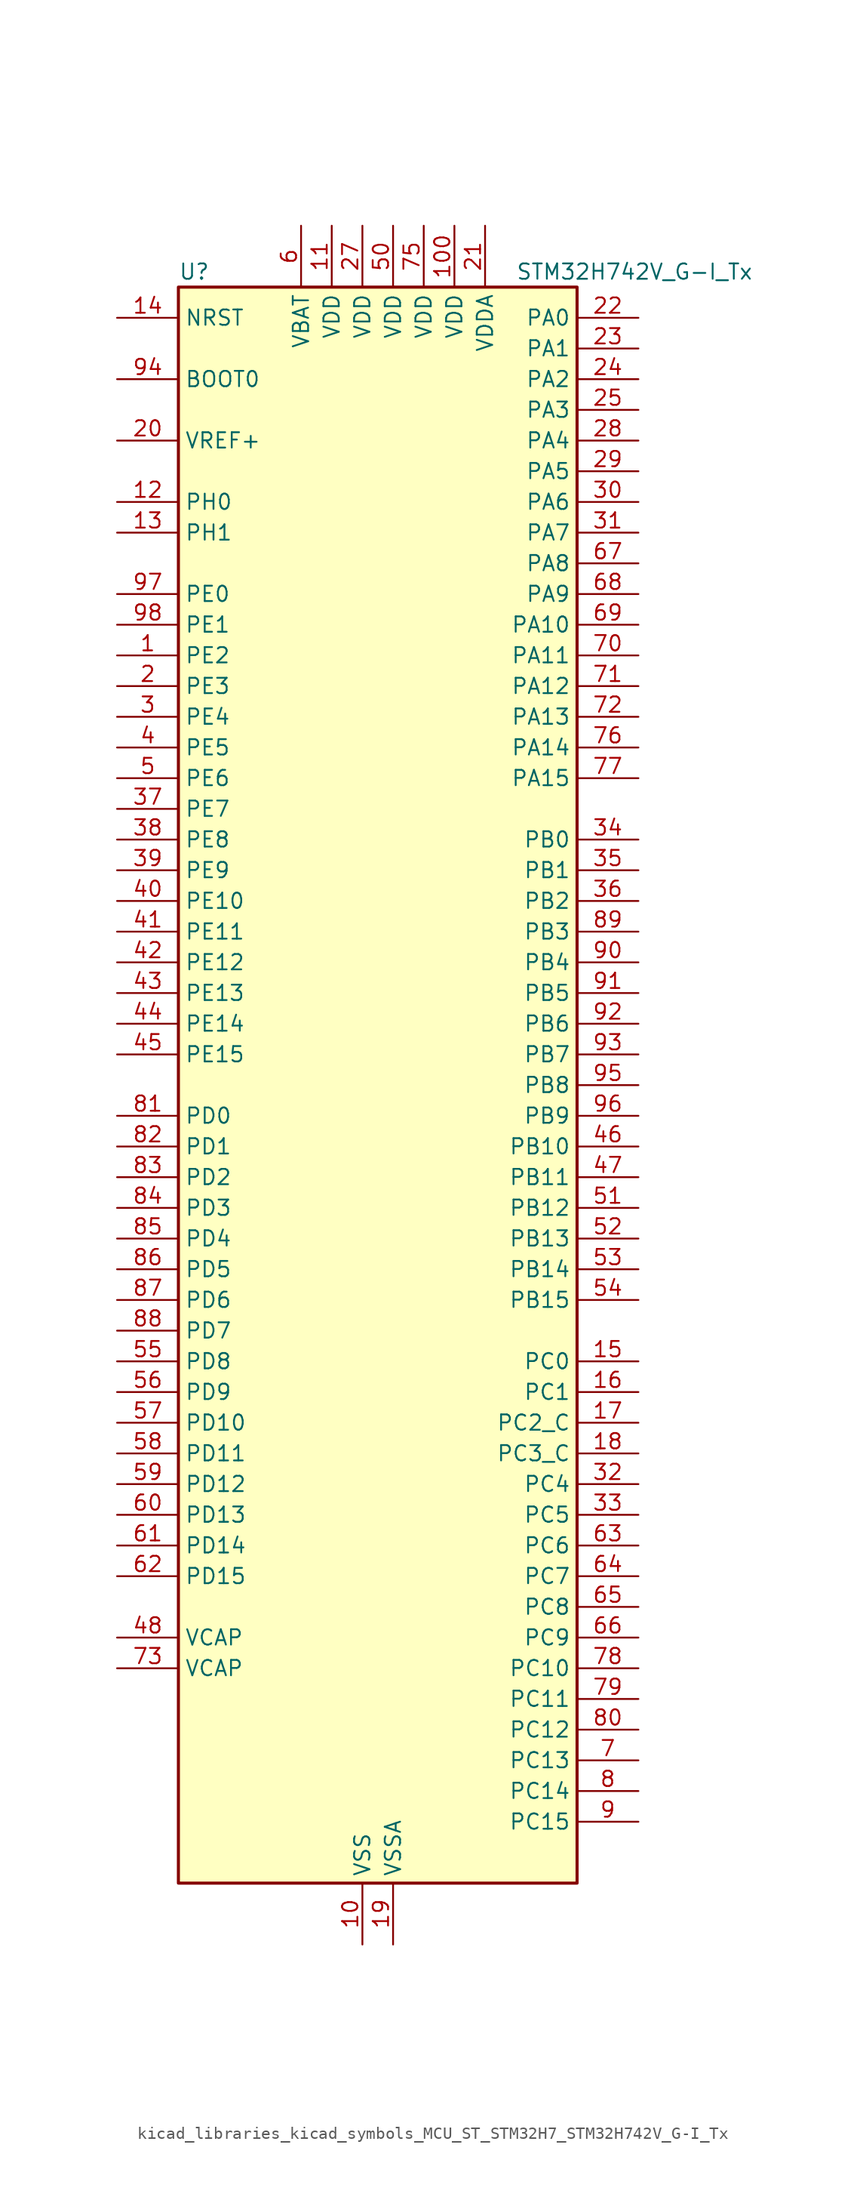
<source format=kicad_sym>
(kicad_symbol_lib
  (version 20220914)
  (generator kicad_symbol_editor)
  (symbol "kicad_libraries_kicad_symbols_MCU_ST_STM32H7_STM32H742V_G-I_Tx"
    (property "Reference" "U"
      (at -15.24 67.31 0)
      (effects (font (size 1.27 1.27)) (justify left)))
    (property "Value" "STM32H742V_G-I_Tx"
      (at 12.7 67.31 0)
      (effects (font (size 1.27 1.27)) (justify left)))
    (property "ki_locked" ""
      (at 0 0 0)
      (effects (font (size 1.27 1.27))))
    (symbol "kicad_libraries_kicad_symbols_MCU_ST_STM32H7_STM32H742V_G-I_Tx_0_1"
      (rectangle (start -15.24 -66.04) (end 17.78 66.04) (stroke (width 0.254) (type default)) (fill (type background))))
    (symbol "kicad_libraries_kicad_symbols_MCU_ST_STM32H7_STM32H742V_G-I_Tx_1_1"
      (pin bidirectional line (at -20.32 35.56 0) (length 5.08) (name "PE2" (effects (font (size 1.27 1.27)))) (number "1" (effects (font (size 1.27 1.27)))) (alternate "DEBUG_TRACECLK" bidirectional line) (alternate "ETH_TXD3" bidirectional line) (alternate "FMC_A23" bidirectional line) (alternate "QUADSPI_BK1_IO2" bidirectional line) (alternate "SAI1_CK1" bidirectional line) (alternate "SAI1_MCLK_A" bidirectional line) (alternate "SAI4_CK1" bidirectional line) (alternate "SAI4_MCLK_A" bidirectional line) (alternate "SPI4_SCK" bidirectional line))
      (pin power_in line (at 0 -71.12 90) (length 5.08) (name "VSS" (effects (font (size 1.27 1.27)))) (number "10" (effects (font (size 1.27 1.27)))))
      (pin power_in line (at 7.62 71.12 270) (length 5.08) (name "VDD" (effects (font (size 1.27 1.27)))) (number "100" (effects (font (size 1.27 1.27)))))
      (pin power_in line (at -2.54 71.12 270) (length 5.08) (name "VDD" (effects (font (size 1.27 1.27)))) (number "11" (effects (font (size 1.27 1.27)))))
      (pin bidirectional line (at -20.32 48.26 0) (length 5.08) (name "PH0" (effects (font (size 1.27 1.27)))) (number "12" (effects (font (size 1.27 1.27)))) (alternate "RCC_OSC_IN" bidirectional line))
      (pin bidirectional line (at -20.32 45.72 0) (length 5.08) (name "PH1" (effects (font (size 1.27 1.27)))) (number "13" (effects (font (size 1.27 1.27)))) (alternate "RCC_OSC_OUT" bidirectional line))
      (pin input line (at -20.32 63.5 0) (length 5.08) (name "NRST" (effects (font (size 1.27 1.27)))) (number "14" (effects (font (size 1.27 1.27)))))
      (pin bidirectional line (at 22.86 -22.86 180) (length 5.08) (name "PC0" (effects (font (size 1.27 1.27)))) (number "15" (effects (font (size 1.27 1.27)))) (alternate "ADC1_INP10" bidirectional line) (alternate "ADC2_INP10" bidirectional line) (alternate "ADC3_INP10" bidirectional line) (alternate "DFSDM1_CKIN0" bidirectional line) (alternate "DFSDM1_DATIN4" bidirectional line) (alternate "FMC_SDNWE" bidirectional line) (alternate "SAI2_FS_B" bidirectional line) (alternate "USB_OTG_HS_ULPI_STP" bidirectional line))
      (pin bidirectional line (at 22.86 -25.4 180) (length 5.08) (name "PC1" (effects (font (size 1.27 1.27)))) (number "16" (effects (font (size 1.27 1.27)))) (alternate "ADC1_INN10" bidirectional line) (alternate "ADC1_INP11" bidirectional line) (alternate "ADC2_INN10" bidirectional line) (alternate "ADC2_INP11" bidirectional line) (alternate "ADC3_INN10" bidirectional line) (alternate "ADC3_INP11" bidirectional line) (alternate "DEBUG_TRACED0" bidirectional line) (alternate "DFSDM1_CKIN4" bidirectional line) (alternate "DFSDM1_DATIN0" bidirectional line) (alternate "ETH_MDC" bidirectional line) (alternate "I2S2_SDO" bidirectional line) (alternate "MDIOS_MDC" bidirectional line) (alternate "PWR_WKUP5" bidirectional line) (alternate "RTC_TAMP3" bidirectional line) (alternate "SAI1_D1" bidirectional line) (alternate "SAI1_SD_A" bidirectional line) (alternate "SAI4_D1" bidirectional line) (alternate "SAI4_SD_A" bidirectional line) (alternate "SDMMC2_CK" bidirectional line) (alternate "SPI2_MOSI" bidirectional line))
      (pin bidirectional line (at 22.86 -27.94 180) (length 5.08) (name "PC2_C" (effects (font (size 1.27 1.27)))) (number "17" (effects (font (size 1.27 1.27)))) (alternate "ADC3_INN1" bidirectional line) (alternate "ADC3_INP0" bidirectional line) (alternate "DFSDM1_CKIN1" bidirectional line) (alternate "DFSDM1_CKOUT" bidirectional line) (alternate "ETH_TXD2" bidirectional line) (alternate "FMC_SDNE0" bidirectional line) (alternate "I2S2_SDI" bidirectional line) (alternate "PWR_CSTOP" bidirectional line) (alternate "SPI2_MISO" bidirectional line) (alternate "USB_OTG_HS_ULPI_DIR" bidirectional line))
      (pin bidirectional line (at 22.86 -30.48 180) (length 5.08) (name "PC3_C" (effects (font (size 1.27 1.27)))) (number "18" (effects (font (size 1.27 1.27)))) (alternate "ADC3_INP1" bidirectional line) (alternate "DFSDM1_DATIN1" bidirectional line) (alternate "ETH_TX_CLK" bidirectional line) (alternate "FMC_SDCKE0" bidirectional line) (alternate "I2S2_SDO" bidirectional line) (alternate "PWR_CSLEEP" bidirectional line) (alternate "SPI2_MOSI" bidirectional line) (alternate "USB_OTG_HS_ULPI_NXT" bidirectional line))
      (pin power_in line (at 2.54 -71.12 90) (length 5.08) (name "VSSA" (effects (font (size 1.27 1.27)))) (number "19" (effects (font (size 1.27 1.27)))))
      (pin bidirectional line (at -20.32 33.02 0) (length 5.08) (name "PE3" (effects (font (size 1.27 1.27)))) (number "2" (effects (font (size 1.27 1.27)))) (alternate "DEBUG_TRACED0" bidirectional line) (alternate "FMC_A19" bidirectional line) (alternate "SAI1_SD_B" bidirectional line) (alternate "SAI4_SD_B" bidirectional line) (alternate "TIM15_BKIN" bidirectional line))
      (pin input line (at -20.32 53.34 0) (length 5.08) (name "VREF+" (effects (font (size 1.27 1.27)))) (number "20" (effects (font (size 1.27 1.27)))) (alternate "VREFBUF_OUT" bidirectional line))
      (pin power_in line (at 10.16 71.12 270) (length 5.08) (name "VDDA" (effects (font (size 1.27 1.27)))) (number "21" (effects (font (size 1.27 1.27)))))
      (pin bidirectional line (at 22.86 63.5 180) (length 5.08) (name "PA0" (effects (font (size 1.27 1.27)))) (number "22" (effects (font (size 1.27 1.27)))) (alternate "ADC1_INP16" bidirectional line) (alternate "ETH_CRS" bidirectional line) (alternate "PWR_WKUP0" bidirectional line) (alternate "SAI2_SD_B" bidirectional line) (alternate "SDMMC2_CMD" bidirectional line) (alternate "TIM15_BKIN" bidirectional line) (alternate "TIM2_CH1" bidirectional line) (alternate "TIM2_ETR" bidirectional line) (alternate "TIM5_CH1" bidirectional line) (alternate "TIM8_ETR" bidirectional line) (alternate "UART4_TX" bidirectional line) (alternate "USART2_CTS" bidirectional line) (alternate "USART2_NSS" bidirectional line))
      (pin bidirectional line (at 22.86 60.96 180) (length 5.08) (name "PA1" (effects (font (size 1.27 1.27)))) (number "23" (effects (font (size 1.27 1.27)))) (alternate "ADC1_INN16" bidirectional line) (alternate "ADC1_INP17" bidirectional line) (alternate "ETH_REF_CLK" bidirectional line) (alternate "ETH_RX_CLK" bidirectional line) (alternate "LPTIM3_OUT" bidirectional line) (alternate "QUADSPI_BK1_IO3" bidirectional line) (alternate "SAI2_MCLK_B" bidirectional line) (alternate "TIM15_CH1N" bidirectional line) (alternate "TIM2_CH2" bidirectional line) (alternate "TIM5_CH2" bidirectional line) (alternate "UART4_RX" bidirectional line) (alternate "USART2_DE" bidirectional line) (alternate "USART2_RTS" bidirectional line))
      (pin bidirectional line (at 22.86 58.42 180) (length 5.08) (name "PA2" (effects (font (size 1.27 1.27)))) (number "24" (effects (font (size 1.27 1.27)))) (alternate "ADC1_INP14" bidirectional line) (alternate "ADC2_INP14" bidirectional line) (alternate "ETH_MDIO" bidirectional line) (alternate "LPTIM4_OUT" bidirectional line) (alternate "MDIOS_MDIO" bidirectional line) (alternate "PWR_WKUP1" bidirectional line) (alternate "SAI2_SCK_B" bidirectional line) (alternate "TIM15_CH1" bidirectional line) (alternate "TIM2_CH3" bidirectional line) (alternate "TIM5_CH3" bidirectional line) (alternate "USART2_TX" bidirectional line))
      (pin bidirectional line (at 22.86 55.88 180) (length 5.08) (name "PA3" (effects (font (size 1.27 1.27)))) (number "25" (effects (font (size 1.27 1.27)))) (alternate "ADC1_INP15" bidirectional line) (alternate "ADC2_INP15" bidirectional line) (alternate "ETH_COL" bidirectional line) (alternate "LPTIM5_OUT" bidirectional line) (alternate "TIM15_CH2" bidirectional line) (alternate "TIM2_CH4" bidirectional line) (alternate "TIM5_CH4" bidirectional line) (alternate "USART2_RX" bidirectional line) (alternate "USB_OTG_HS_ULPI_D0" bidirectional line))
      (pin passive line (at 0 -71.12 90) (length 5.08) hide (name "VSS" (effects (font (size 1.27 1.27)))) (number "26" (effects (font (size 1.27 1.27)))))
      (pin power_in line (at 0 71.12 270) (length 5.08) (name "VDD" (effects (font (size 1.27 1.27)))) (number "27" (effects (font (size 1.27 1.27)))))
      (pin bidirectional line (at 22.86 53.34 180) (length 5.08) (name "PA4" (effects (font (size 1.27 1.27)))) (number "28" (effects (font (size 1.27 1.27)))) (alternate "ADC1_INP18" bidirectional line) (alternate "ADC2_INP18" bidirectional line) (alternate "DAC1_OUT1" bidirectional line) (alternate "DCMI_HSYNC" bidirectional line) (alternate "I2S1_WS" bidirectional line) (alternate "I2S3_WS" bidirectional line) (alternate "SPI1_NSS" bidirectional line) (alternate "SPI3_NSS" bidirectional line) (alternate "SPI6_NSS" bidirectional line) (alternate "TIM5_ETR" bidirectional line) (alternate "USART2_CK" bidirectional line) (alternate "USB_OTG_HS_SOF" bidirectional line))
      (pin bidirectional line (at 22.86 50.8 180) (length 5.08) (name "PA5" (effects (font (size 1.27 1.27)))) (number "29" (effects (font (size 1.27 1.27)))) (alternate "ADC1_INN18" bidirectional line) (alternate "ADC1_INP19" bidirectional line) (alternate "ADC2_INN18" bidirectional line) (alternate "ADC2_INP19" bidirectional line) (alternate "DAC1_OUT2" bidirectional line) (alternate "I2S1_CK" bidirectional line) (alternate "PWR_NDSTOP2" bidirectional line) (alternate "SPI1_SCK" bidirectional line) (alternate "SPI6_SCK" bidirectional line) (alternate "TIM2_CH1" bidirectional line) (alternate "TIM2_ETR" bidirectional line) (alternate "TIM8_CH1N" bidirectional line) (alternate "USB_OTG_HS_ULPI_CK" bidirectional line))
      (pin bidirectional line (at -20.32 30.48 0) (length 5.08) (name "PE4" (effects (font (size 1.27 1.27)))) (number "3" (effects (font (size 1.27 1.27)))) (alternate "DCMI_D4" bidirectional line) (alternate "DEBUG_TRACED1" bidirectional line) (alternate "DFSDM1_DATIN3" bidirectional line) (alternate "FMC_A20" bidirectional line) (alternate "SAI1_D2" bidirectional line) (alternate "SAI1_FS_A" bidirectional line) (alternate "SAI4_D2" bidirectional line) (alternate "SAI4_FS_A" bidirectional line) (alternate "SPI4_NSS" bidirectional line) (alternate "TIM15_CH1N" bidirectional line))
      (pin bidirectional line (at 22.86 48.26 180) (length 5.08) (name "PA6" (effects (font (size 1.27 1.27)))) (number "30" (effects (font (size 1.27 1.27)))) (alternate "ADC1_INP3" bidirectional line) (alternate "ADC2_INP3" bidirectional line) (alternate "DCMI_PIXCLK" bidirectional line) (alternate "I2S1_SDI" bidirectional line) (alternate "MDIOS_MDC" bidirectional line) (alternate "SPI1_MISO" bidirectional line) (alternate "SPI6_MISO" bidirectional line) (alternate "TIM13_CH1" bidirectional line) (alternate "TIM1_BKIN" bidirectional line) (alternate "TIM1_BKIN_COMP1" bidirectional line) (alternate "TIM1_BKIN_COMP2" bidirectional line) (alternate "TIM3_CH1" bidirectional line) (alternate "TIM8_BKIN" bidirectional line) (alternate "TIM8_BKIN_COMP1" bidirectional line) (alternate "TIM8_BKIN_COMP2" bidirectional line))
      (pin bidirectional line (at 22.86 45.72 180) (length 5.08) (name "PA7" (effects (font (size 1.27 1.27)))) (number "31" (effects (font (size 1.27 1.27)))) (alternate "ADC1_INN3" bidirectional line) (alternate "ADC1_INP7" bidirectional line) (alternate "ADC2_INN3" bidirectional line) (alternate "ADC2_INP7" bidirectional line) (alternate "ETH_CRS_DV" bidirectional line) (alternate "ETH_RX_DV" bidirectional line) (alternate "FMC_SDNWE" bidirectional line) (alternate "I2S1_SDO" bidirectional line) (alternate "OPAMP1_VINM" bidirectional line) (alternate "OPAMP1_VINM1" bidirectional line) (alternate "SPI1_MOSI" bidirectional line) (alternate "SPI6_MOSI" bidirectional line) (alternate "TIM14_CH1" bidirectional line) (alternate "TIM1_CH1N" bidirectional line) (alternate "TIM3_CH2" bidirectional line) (alternate "TIM8_CH1N" bidirectional line))
      (pin bidirectional line (at 22.86 -33.02 180) (length 5.08) (name "PC4" (effects (font (size 1.27 1.27)))) (number "32" (effects (font (size 1.27 1.27)))) (alternate "ADC1_INP4" bidirectional line) (alternate "ADC2_INP4" bidirectional line) (alternate "COMP1_INM" bidirectional line) (alternate "DFSDM1_CKIN2" bidirectional line) (alternate "ETH_RXD0" bidirectional line) (alternate "FMC_SDNE0" bidirectional line) (alternate "I2S1_MCK" bidirectional line) (alternate "OPAMP1_VOUT" bidirectional line) (alternate "SPDIFRX1_IN2" bidirectional line))
      (pin bidirectional line (at 22.86 -35.56 180) (length 5.08) (name "PC5" (effects (font (size 1.27 1.27)))) (number "33" (effects (font (size 1.27 1.27)))) (alternate "ADC1_INN4" bidirectional line) (alternate "ADC1_INP8" bidirectional line) (alternate "ADC2_INN4" bidirectional line) (alternate "ADC2_INP8" bidirectional line) (alternate "COMP1_OUT" bidirectional line) (alternate "DFSDM1_DATIN2" bidirectional line) (alternate "ETH_RXD1" bidirectional line) (alternate "FMC_SDCKE0" bidirectional line) (alternate "OPAMP1_VINM" bidirectional line) (alternate "OPAMP1_VINM0" bidirectional line) (alternate "SAI1_D3" bidirectional line) (alternate "SAI4_D3" bidirectional line) (alternate "SPDIFRX1_IN3" bidirectional line))
      (pin bidirectional line (at 22.86 20.32 180) (length 5.08) (name "PB0" (effects (font (size 1.27 1.27)))) (number "34" (effects (font (size 1.27 1.27)))) (alternate "ADC1_INN5" bidirectional line) (alternate "ADC1_INP9" bidirectional line) (alternate "ADC2_INN5" bidirectional line) (alternate "ADC2_INP9" bidirectional line) (alternate "COMP1_INP" bidirectional line) (alternate "DFSDM1_CKOUT" bidirectional line) (alternate "ETH_RXD2" bidirectional line) (alternate "OPAMP1_VINP" bidirectional line) (alternate "TIM1_CH2N" bidirectional line) (alternate "TIM3_CH3" bidirectional line) (alternate "TIM8_CH2N" bidirectional line) (alternate "UART4_CTS" bidirectional line) (alternate "USB_OTG_HS_ULPI_D1" bidirectional line))
      (pin bidirectional line (at 22.86 17.78 180) (length 5.08) (name "PB1" (effects (font (size 1.27 1.27)))) (number "35" (effects (font (size 1.27 1.27)))) (alternate "ADC1_INP5" bidirectional line) (alternate "ADC2_INP5" bidirectional line) (alternate "COMP1_INM" bidirectional line) (alternate "DFSDM1_DATIN1" bidirectional line) (alternate "ETH_RXD3" bidirectional line) (alternate "TIM1_CH3N" bidirectional line) (alternate "TIM3_CH4" bidirectional line) (alternate "TIM8_CH3N" bidirectional line) (alternate "USB_OTG_HS_ULPI_D2" bidirectional line))
      (pin bidirectional line (at 22.86 15.24 180) (length 5.08) (name "PB2" (effects (font (size 1.27 1.27)))) (number "36" (effects (font (size 1.27 1.27)))) (alternate "COMP1_INP" bidirectional line) (alternate "DFSDM1_CKIN1" bidirectional line) (alternate "I2S3_SDO" bidirectional line) (alternate "QUADSPI_CLK" bidirectional line) (alternate "RTC_OUT_ALARM" bidirectional line) (alternate "RTC_OUT_CALIB" bidirectional line) (alternate "SAI1_D1" bidirectional line) (alternate "SAI1_SD_A" bidirectional line) (alternate "SAI4_D1" bidirectional line) (alternate "SAI4_SD_A" bidirectional line) (alternate "SPI3_MOSI" bidirectional line))
      (pin bidirectional line (at -20.32 22.86 0) (length 5.08) (name "PE7" (effects (font (size 1.27 1.27)))) (number "37" (effects (font (size 1.27 1.27)))) (alternate "COMP2_INM" bidirectional line) (alternate "DFSDM1_DATIN2" bidirectional line) (alternate "FMC_D4" bidirectional line) (alternate "FMC_DA4" bidirectional line) (alternate "OPAMP2_VOUT" bidirectional line) (alternate "QUADSPI_BK2_IO0" bidirectional line) (alternate "TIM1_ETR" bidirectional line) (alternate "UART7_RX" bidirectional line))
      (pin bidirectional line (at -20.32 20.32 0) (length 5.08) (name "PE8" (effects (font (size 1.27 1.27)))) (number "38" (effects (font (size 1.27 1.27)))) (alternate "COMP2_OUT" bidirectional line) (alternate "DFSDM1_CKIN2" bidirectional line) (alternate "FMC_D5" bidirectional line) (alternate "FMC_DA5" bidirectional line) (alternate "OPAMP2_VINM" bidirectional line) (alternate "OPAMP2_VINM0" bidirectional line) (alternate "QUADSPI_BK2_IO1" bidirectional line) (alternate "TIM1_CH1N" bidirectional line) (alternate "UART7_TX" bidirectional line))
      (pin bidirectional line (at -20.32 17.78 0) (length 5.08) (name "PE9" (effects (font (size 1.27 1.27)))) (number "39" (effects (font (size 1.27 1.27)))) (alternate "COMP2_INP" bidirectional line) (alternate "DAC1_EXTI9" bidirectional line) (alternate "DFSDM1_CKOUT" bidirectional line) (alternate "FMC_D6" bidirectional line) (alternate "FMC_DA6" bidirectional line) (alternate "OPAMP2_VINP" bidirectional line) (alternate "QUADSPI_BK2_IO2" bidirectional line) (alternate "TIM1_CH1" bidirectional line) (alternate "UART7_DE" bidirectional line) (alternate "UART7_RTS" bidirectional line))
      (pin bidirectional line (at -20.32 27.94 0) (length 5.08) (name "PE5" (effects (font (size 1.27 1.27)))) (number "4" (effects (font (size 1.27 1.27)))) (alternate "DCMI_D6" bidirectional line) (alternate "DEBUG_TRACED2" bidirectional line) (alternate "DFSDM1_CKIN3" bidirectional line) (alternate "FMC_A21" bidirectional line) (alternate "SAI1_CK2" bidirectional line) (alternate "SAI1_SCK_A" bidirectional line) (alternate "SAI4_CK2" bidirectional line) (alternate "SAI4_SCK_A" bidirectional line) (alternate "SPI4_MISO" bidirectional line) (alternate "TIM15_CH1" bidirectional line))
      (pin bidirectional line (at -20.32 15.24 0) (length 5.08) (name "PE10" (effects (font (size 1.27 1.27)))) (number "40" (effects (font (size 1.27 1.27)))) (alternate "COMP2_INM" bidirectional line) (alternate "DFSDM1_DATIN4" bidirectional line) (alternate "FMC_D7" bidirectional line) (alternate "FMC_DA7" bidirectional line) (alternate "QUADSPI_BK2_IO3" bidirectional line) (alternate "TIM1_CH2N" bidirectional line) (alternate "UART7_CTS" bidirectional line))
      (pin bidirectional line (at -20.32 12.7 0) (length 5.08) (name "PE11" (effects (font (size 1.27 1.27)))) (number "41" (effects (font (size 1.27 1.27)))) (alternate "ADC1_EXTI11" bidirectional line) (alternate "ADC2_EXTI11" bidirectional line) (alternate "ADC3_EXTI11" bidirectional line) (alternate "COMP2_INP" bidirectional line) (alternate "DFSDM1_CKIN4" bidirectional line) (alternate "FMC_D8" bidirectional line) (alternate "FMC_DA8" bidirectional line) (alternate "SAI2_SD_B" bidirectional line) (alternate "SPI4_NSS" bidirectional line) (alternate "TIM1_CH2" bidirectional line))
      (pin bidirectional line (at -20.32 10.16 0) (length 5.08) (name "PE12" (effects (font (size 1.27 1.27)))) (number "42" (effects (font (size 1.27 1.27)))) (alternate "COMP1_OUT" bidirectional line) (alternate "DFSDM1_DATIN5" bidirectional line) (alternate "FMC_D9" bidirectional line) (alternate "FMC_DA9" bidirectional line) (alternate "SAI2_SCK_B" bidirectional line) (alternate "SPI4_SCK" bidirectional line) (alternate "TIM1_CH3N" bidirectional line))
      (pin bidirectional line (at -20.32 7.62 0) (length 5.08) (name "PE13" (effects (font (size 1.27 1.27)))) (number "43" (effects (font (size 1.27 1.27)))) (alternate "COMP2_OUT" bidirectional line) (alternate "DFSDM1_CKIN5" bidirectional line) (alternate "FMC_D10" bidirectional line) (alternate "FMC_DA10" bidirectional line) (alternate "SAI2_FS_B" bidirectional line) (alternate "SPI4_MISO" bidirectional line) (alternate "TIM1_CH3" bidirectional line))
      (pin bidirectional line (at -20.32 5.08 0) (length 5.08) (name "PE14" (effects (font (size 1.27 1.27)))) (number "44" (effects (font (size 1.27 1.27)))) (alternate "FMC_D11" bidirectional line) (alternate "FMC_DA11" bidirectional line) (alternate "SAI2_MCLK_B" bidirectional line) (alternate "SPI4_MOSI" bidirectional line) (alternate "TIM1_CH4" bidirectional line))
      (pin bidirectional line (at -20.32 2.54 0) (length 5.08) (name "PE15" (effects (font (size 1.27 1.27)))) (number "45" (effects (font (size 1.27 1.27)))) (alternate "ADC1_EXTI15" bidirectional line) (alternate "ADC2_EXTI15" bidirectional line) (alternate "ADC3_EXTI15" bidirectional line) (alternate "FMC_D12" bidirectional line) (alternate "FMC_DA12" bidirectional line) (alternate "TIM1_BKIN" bidirectional line) (alternate "TIM1_BKIN_COMP1" bidirectional line) (alternate "TIM1_BKIN_COMP2" bidirectional line))
      (pin bidirectional line (at 22.86 -5.08 180) (length 5.08) (name "PB10" (effects (font (size 1.27 1.27)))) (number "46" (effects (font (size 1.27 1.27)))) (alternate "DFSDM1_DATIN7" bidirectional line) (alternate "ETH_RX_ER" bidirectional line) (alternate "HRTIM_SCOUT" bidirectional line) (alternate "I2C2_SCL" bidirectional line) (alternate "I2S2_CK" bidirectional line) (alternate "LPTIM2_IN1" bidirectional line) (alternate "QUADSPI_BK1_NCS" bidirectional line) (alternate "SPI2_SCK" bidirectional line) (alternate "TIM2_CH3" bidirectional line) (alternate "USART3_TX" bidirectional line) (alternate "USB_OTG_HS_ULPI_D3" bidirectional line))
      (pin bidirectional line (at 22.86 -7.62 180) (length 5.08) (name "PB11" (effects (font (size 1.27 1.27)))) (number "47" (effects (font (size 1.27 1.27)))) (alternate "ADC1_EXTI11" bidirectional line) (alternate "ADC2_EXTI11" bidirectional line) (alternate "ADC3_EXTI11" bidirectional line) (alternate "DFSDM1_CKIN7" bidirectional line) (alternate "ETH_TX_EN" bidirectional line) (alternate "HRTIM_SCIN" bidirectional line) (alternate "I2C2_SDA" bidirectional line) (alternate "LPTIM2_ETR" bidirectional line) (alternate "TIM2_CH4" bidirectional line) (alternate "USART3_RX" bidirectional line) (alternate "USB_OTG_HS_ULPI_D4" bidirectional line))
      (pin power_out line (at -20.32 -45.72 0) (length 5.08) (name "VCAP" (effects (font (size 1.27 1.27)))) (number "48" (effects (font (size 1.27 1.27)))))
      (pin passive line (at 0 -71.12 90) (length 5.08) hide (name "VSS" (effects (font (size 1.27 1.27)))) (number "49" (effects (font (size 1.27 1.27)))))
      (pin bidirectional line (at -20.32 25.4 0) (length 5.08) (name "PE6" (effects (font (size 1.27 1.27)))) (number "5" (effects (font (size 1.27 1.27)))) (alternate "DCMI_D7" bidirectional line) (alternate "DEBUG_TRACED3" bidirectional line) (alternate "FMC_A22" bidirectional line) (alternate "SAI1_D1" bidirectional line) (alternate "SAI1_SD_A" bidirectional line) (alternate "SAI2_MCLK_B" bidirectional line) (alternate "SAI4_D1" bidirectional line) (alternate "SAI4_SD_A" bidirectional line) (alternate "SPI4_MOSI" bidirectional line) (alternate "TIM15_CH2" bidirectional line) (alternate "TIM1_BKIN2" bidirectional line) (alternate "TIM1_BKIN2_COMP1" bidirectional line) (alternate "TIM1_BKIN2_COMP2" bidirectional line))
      (pin power_in line (at 2.54 71.12 270) (length 5.08) (name "VDD" (effects (font (size 1.27 1.27)))) (number "50" (effects (font (size 1.27 1.27)))))
      (pin bidirectional line (at 22.86 -10.16 180) (length 5.08) (name "PB12" (effects (font (size 1.27 1.27)))) (number "51" (effects (font (size 1.27 1.27)))) (alternate "DFSDM1_DATIN1" bidirectional line) (alternate "ETH_TXD0" bidirectional line) (alternate "FDCAN2_RX" bidirectional line) (alternate "I2C2_SMBA" bidirectional line) (alternate "I2S2_WS" bidirectional line) (alternate "SPI2_NSS" bidirectional line) (alternate "TIM1_BKIN" bidirectional line) (alternate "TIM1_BKIN_COMP1" bidirectional line) (alternate "TIM1_BKIN_COMP2" bidirectional line) (alternate "UART5_RX" bidirectional line) (alternate "USART3_CK" bidirectional line) (alternate "USB_OTG_HS_ID" bidirectional line) (alternate "USB_OTG_HS_ULPI_D5" bidirectional line))
      (pin bidirectional line (at 22.86 -12.7 180) (length 5.08) (name "PB13" (effects (font (size 1.27 1.27)))) (number "52" (effects (font (size 1.27 1.27)))) (alternate "DFSDM1_CKIN1" bidirectional line) (alternate "ETH_TXD1" bidirectional line) (alternate "FDCAN2_TX" bidirectional line) (alternate "I2S2_CK" bidirectional line) (alternate "LPTIM2_OUT" bidirectional line) (alternate "SPI2_SCK" bidirectional line) (alternate "TIM1_CH1N" bidirectional line) (alternate "UART5_TX" bidirectional line) (alternate "USART3_CTS" bidirectional line) (alternate "USART3_NSS" bidirectional line) (alternate "USB_OTG_HS_ULPI_D6" bidirectional line) (alternate "USB_OTG_HS_VBUS" bidirectional line))
      (pin bidirectional line (at 22.86 -15.24 180) (length 5.08) (name "PB14" (effects (font (size 1.27 1.27)))) (number "53" (effects (font (size 1.27 1.27)))) (alternate "DFSDM1_DATIN2" bidirectional line) (alternate "I2S2_SDI" bidirectional line) (alternate "SDMMC2_D0" bidirectional line) (alternate "SPI2_MISO" bidirectional line) (alternate "TIM12_CH1" bidirectional line) (alternate "TIM1_CH2N" bidirectional line) (alternate "TIM8_CH2N" bidirectional line) (alternate "UART4_DE" bidirectional line) (alternate "UART4_RTS" bidirectional line) (alternate "USART1_TX" bidirectional line) (alternate "USART3_DE" bidirectional line) (alternate "USART3_RTS" bidirectional line) (alternate "USB_OTG_HS_DM" bidirectional line))
      (pin bidirectional line (at 22.86 -17.78 180) (length 5.08) (name "PB15" (effects (font (size 1.27 1.27)))) (number "54" (effects (font (size 1.27 1.27)))) (alternate "ADC1_EXTI15" bidirectional line) (alternate "ADC2_EXTI15" bidirectional line) (alternate "ADC3_EXTI15" bidirectional line) (alternate "DFSDM1_CKIN2" bidirectional line) (alternate "I2S2_SDO" bidirectional line) (alternate "RTC_REFIN" bidirectional line) (alternate "SDMMC2_D1" bidirectional line) (alternate "SPI2_MOSI" bidirectional line) (alternate "TIM12_CH2" bidirectional line) (alternate "TIM1_CH3N" bidirectional line) (alternate "TIM8_CH3N" bidirectional line) (alternate "UART4_CTS" bidirectional line) (alternate "USART1_RX" bidirectional line) (alternate "USB_OTG_HS_DP" bidirectional line))
      (pin bidirectional line (at -20.32 -22.86 0) (length 5.08) (name "PD8" (effects (font (size 1.27 1.27)))) (number "55" (effects (font (size 1.27 1.27)))) (alternate "DFSDM1_CKIN3" bidirectional line) (alternate "FMC_D13" bidirectional line) (alternate "FMC_DA13" bidirectional line) (alternate "SAI3_SCK_B" bidirectional line) (alternate "SPDIFRX1_IN1" bidirectional line) (alternate "USART3_TX" bidirectional line))
      (pin bidirectional line (at -20.32 -25.4 0) (length 5.08) (name "PD9" (effects (font (size 1.27 1.27)))) (number "56" (effects (font (size 1.27 1.27)))) (alternate "DAC1_EXTI9" bidirectional line) (alternate "DFSDM1_DATIN3" bidirectional line) (alternate "FMC_D14" bidirectional line) (alternate "FMC_DA14" bidirectional line) (alternate "SAI3_SD_B" bidirectional line) (alternate "USART3_RX" bidirectional line))
      (pin bidirectional line (at -20.32 -27.94 0) (length 5.08) (name "PD10" (effects (font (size 1.27 1.27)))) (number "57" (effects (font (size 1.27 1.27)))) (alternate "DFSDM1_CKOUT" bidirectional line) (alternate "FMC_D15" bidirectional line) (alternate "FMC_DA15" bidirectional line) (alternate "SAI3_FS_B" bidirectional line) (alternate "USART3_CK" bidirectional line))
      (pin bidirectional line (at -20.32 -30.48 0) (length 5.08) (name "PD11" (effects (font (size 1.27 1.27)))) (number "58" (effects (font (size 1.27 1.27)))) (alternate "ADC1_EXTI11" bidirectional line) (alternate "ADC2_EXTI11" bidirectional line) (alternate "ADC3_EXTI11" bidirectional line) (alternate "FMC_A16" bidirectional line) (alternate "FMC_CLE" bidirectional line) (alternate "I2C4_SMBA" bidirectional line) (alternate "LPTIM2_IN2" bidirectional line) (alternate "QUADSPI_BK1_IO0" bidirectional line) (alternate "SAI2_SD_A" bidirectional line) (alternate "USART3_CTS" bidirectional line) (alternate "USART3_NSS" bidirectional line))
      (pin bidirectional line (at -20.32 -33.02 0) (length 5.08) (name "PD12" (effects (font (size 1.27 1.27)))) (number "59" (effects (font (size 1.27 1.27)))) (alternate "FMC_A17" bidirectional line) (alternate "FMC_ALE" bidirectional line) (alternate "I2C4_SCL" bidirectional line) (alternate "LPTIM1_IN1" bidirectional line) (alternate "LPTIM2_IN1" bidirectional line) (alternate "QUADSPI_BK1_IO1" bidirectional line) (alternate "SAI2_FS_A" bidirectional line) (alternate "TIM4_CH1" bidirectional line) (alternate "USART3_DE" bidirectional line) (alternate "USART3_RTS" bidirectional line))
      (pin power_in line (at -5.08 71.12 270) (length 5.08) (name "VBAT" (effects (font (size 1.27 1.27)))) (number "6" (effects (font (size 1.27 1.27)))))
      (pin bidirectional line (at -20.32 -35.56 0) (length 5.08) (name "PD13" (effects (font (size 1.27 1.27)))) (number "60" (effects (font (size 1.27 1.27)))) (alternate "FMC_A18" bidirectional line) (alternate "I2C4_SDA" bidirectional line) (alternate "LPTIM1_OUT" bidirectional line) (alternate "QUADSPI_BK1_IO3" bidirectional line) (alternate "SAI2_SCK_A" bidirectional line) (alternate "TIM4_CH2" bidirectional line))
      (pin bidirectional line (at -20.32 -38.1 0) (length 5.08) (name "PD14" (effects (font (size 1.27 1.27)))) (number "61" (effects (font (size 1.27 1.27)))) (alternate "FMC_D0" bidirectional line) (alternate "FMC_DA0" bidirectional line) (alternate "SAI3_MCLK_B" bidirectional line) (alternate "TIM4_CH3" bidirectional line) (alternate "UART8_CTS" bidirectional line))
      (pin bidirectional line (at -20.32 -40.64 0) (length 5.08) (name "PD15" (effects (font (size 1.27 1.27)))) (number "62" (effects (font (size 1.27 1.27)))) (alternate "ADC1_EXTI15" bidirectional line) (alternate "ADC2_EXTI15" bidirectional line) (alternate "ADC3_EXTI15" bidirectional line) (alternate "FMC_D1" bidirectional line) (alternate "FMC_DA1" bidirectional line) (alternate "SAI3_MCLK_A" bidirectional line) (alternate "TIM4_CH4" bidirectional line) (alternate "UART8_DE" bidirectional line) (alternate "UART8_RTS" bidirectional line))
      (pin bidirectional line (at 22.86 -38.1 180) (length 5.08) (name "PC6" (effects (font (size 1.27 1.27)))) (number "63" (effects (font (size 1.27 1.27)))) (alternate "DCMI_D0" bidirectional line) (alternate "DFSDM1_CKIN3" bidirectional line) (alternate "FMC_NWAIT" bidirectional line) (alternate "HRTIM_CHA1" bidirectional line) (alternate "I2S2_MCK" bidirectional line) (alternate "SDMMC1_D0DIR" bidirectional line) (alternate "SDMMC1_D6" bidirectional line) (alternate "SDMMC2_D6" bidirectional line) (alternate "SWPMI1_IO" bidirectional line) (alternate "TIM3_CH1" bidirectional line) (alternate "TIM8_CH1" bidirectional line) (alternate "USART6_TX" bidirectional line))
      (pin bidirectional line (at 22.86 -40.64 180) (length 5.08) (name "PC7" (effects (font (size 1.27 1.27)))) (number "64" (effects (font (size 1.27 1.27)))) (alternate "DCMI_D1" bidirectional line) (alternate "DEBUG_TRGIO" bidirectional line) (alternate "DFSDM1_DATIN3" bidirectional line) (alternate "FMC_NE1" bidirectional line) (alternate "HRTIM_CHA2" bidirectional line) (alternate "I2S3_MCK" bidirectional line) (alternate "SDMMC1_D123DIR" bidirectional line) (alternate "SDMMC1_D7" bidirectional line) (alternate "SDMMC2_D7" bidirectional line) (alternate "SWPMI1_TX" bidirectional line) (alternate "TIM3_CH2" bidirectional line) (alternate "TIM8_CH2" bidirectional line) (alternate "USART6_RX" bidirectional line))
      (pin bidirectional line (at 22.86 -43.18 180) (length 5.08) (name "PC8" (effects (font (size 1.27 1.27)))) (number "65" (effects (font (size 1.27 1.27)))) (alternate "DCMI_D2" bidirectional line) (alternate "DEBUG_TRACED1" bidirectional line) (alternate "FMC_NCE" bidirectional line) (alternate "FMC_NE2" bidirectional line) (alternate "HRTIM_CHB1" bidirectional line) (alternate "SDMMC1_D0" bidirectional line) (alternate "SWPMI1_RX" bidirectional line) (alternate "TIM3_CH3" bidirectional line) (alternate "TIM8_CH3" bidirectional line) (alternate "UART5_DE" bidirectional line) (alternate "UART5_RTS" bidirectional line) (alternate "USART6_CK" bidirectional line))
      (pin bidirectional line (at 22.86 -45.72 180) (length 5.08) (name "PC9" (effects (font (size 1.27 1.27)))) (number "66" (effects (font (size 1.27 1.27)))) (alternate "DAC1_EXTI9" bidirectional line) (alternate "DCMI_D3" bidirectional line) (alternate "I2C3_SDA" bidirectional line) (alternate "I2S_CKIN" bidirectional line) (alternate "QUADSPI_BK1_IO0" bidirectional line) (alternate "RCC_MCO_2" bidirectional line) (alternate "SDMMC1_D1" bidirectional line) (alternate "SWPMI1_SUSPEND" bidirectional line) (alternate "TIM3_CH4" bidirectional line) (alternate "TIM8_CH4" bidirectional line) (alternate "UART5_CTS" bidirectional line))
      (pin bidirectional line (at 22.86 43.18 180) (length 5.08) (name "PA8" (effects (font (size 1.27 1.27)))) (number "67" (effects (font (size 1.27 1.27)))) (alternate "HRTIM_CHB2" bidirectional line) (alternate "I2C3_SCL" bidirectional line) (alternate "RCC_MCO_1" bidirectional line) (alternate "TIM1_CH1" bidirectional line) (alternate "TIM8_BKIN2" bidirectional line) (alternate "TIM8_BKIN2_COMP1" bidirectional line) (alternate "TIM8_BKIN2_COMP2" bidirectional line) (alternate "UART7_RX" bidirectional line) (alternate "USART1_CK" bidirectional line) (alternate "USB_OTG_FS_SOF" bidirectional line))
      (pin bidirectional line (at 22.86 40.64 180) (length 5.08) (name "PA9" (effects (font (size 1.27 1.27)))) (number "68" (effects (font (size 1.27 1.27)))) (alternate "DAC1_EXTI9" bidirectional line) (alternate "DCMI_D0" bidirectional line) (alternate "HRTIM_CHC1" bidirectional line) (alternate "I2C3_SMBA" bidirectional line) (alternate "I2S2_CK" bidirectional line) (alternate "LPUART1_TX" bidirectional line) (alternate "SPI2_SCK" bidirectional line) (alternate "TIM1_CH2" bidirectional line) (alternate "USART1_TX" bidirectional line) (alternate "USB_OTG_FS_VBUS" bidirectional line))
      (pin bidirectional line (at 22.86 38.1 180) (length 5.08) (name "PA10" (effects (font (size 1.27 1.27)))) (number "69" (effects (font (size 1.27 1.27)))) (alternate "DCMI_D1" bidirectional line) (alternate "HRTIM_CHC2" bidirectional line) (alternate "LPUART1_RX" bidirectional line) (alternate "MDIOS_MDIO" bidirectional line) (alternate "TIM1_CH3" bidirectional line) (alternate "USART1_RX" bidirectional line) (alternate "USB_OTG_FS_ID" bidirectional line))
      (pin bidirectional line (at 22.86 -55.88 180) (length 5.08) (name "PC13" (effects (font (size 1.27 1.27)))) (number "7" (effects (font (size 1.27 1.27)))) (alternate "PWR_WKUP2" bidirectional line) (alternate "RTC_OUT_ALARM" bidirectional line) (alternate "RTC_OUT_CALIB" bidirectional line) (alternate "RTC_TAMP1" bidirectional line) (alternate "RTC_TS" bidirectional line))
      (pin bidirectional line (at 22.86 35.56 180) (length 5.08) (name "PA11" (effects (font (size 1.27 1.27)))) (number "70" (effects (font (size 1.27 1.27)))) (alternate "ADC1_EXTI11" bidirectional line) (alternate "ADC2_EXTI11" bidirectional line) (alternate "ADC3_EXTI11" bidirectional line) (alternate "FDCAN1_RX" bidirectional line) (alternate "HRTIM_CHD1" bidirectional line) (alternate "I2S2_WS" bidirectional line) (alternate "LPUART1_CTS" bidirectional line) (alternate "SPI2_NSS" bidirectional line) (alternate "TIM1_CH4" bidirectional line) (alternate "UART4_RX" bidirectional line) (alternate "USART1_CTS" bidirectional line) (alternate "USART1_NSS" bidirectional line) (alternate "USB_OTG_FS_DM" bidirectional line))
      (pin bidirectional line (at 22.86 33.02 180) (length 5.08) (name "PA12" (effects (font (size 1.27 1.27)))) (number "71" (effects (font (size 1.27 1.27)))) (alternate "FDCAN1_TX" bidirectional line) (alternate "HRTIM_CHD2" bidirectional line) (alternate "I2S2_CK" bidirectional line) (alternate "LPUART1_DE" bidirectional line) (alternate "LPUART1_RTS" bidirectional line) (alternate "SAI2_FS_B" bidirectional line) (alternate "SPI2_SCK" bidirectional line) (alternate "TIM1_ETR" bidirectional line) (alternate "UART4_TX" bidirectional line) (alternate "USART1_DE" bidirectional line) (alternate "USART1_RTS" bidirectional line) (alternate "USB_OTG_FS_DP" bidirectional line))
      (pin bidirectional line (at 22.86 30.48 180) (length 5.08) (name "PA13" (effects (font (size 1.27 1.27)))) (number "72" (effects (font (size 1.27 1.27)))) (alternate "DEBUG_JTMS-SWDIO" bidirectional line))
      (pin power_out line (at -20.32 -48.26 0) (length 5.08) (name "VCAP" (effects (font (size 1.27 1.27)))) (number "73" (effects (font (size 1.27 1.27)))))
      (pin passive line (at 0 -71.12 90) (length 5.08) hide (name "VSS" (effects (font (size 1.27 1.27)))) (number "74" (effects (font (size 1.27 1.27)))))
      (pin power_in line (at 5.08 71.12 270) (length 5.08) (name "VDD" (effects (font (size 1.27 1.27)))) (number "75" (effects (font (size 1.27 1.27)))))
      (pin bidirectional line (at 22.86 27.94 180) (length 5.08) (name "PA14" (effects (font (size 1.27 1.27)))) (number "76" (effects (font (size 1.27 1.27)))) (alternate "DEBUG_JTCK-SWCLK" bidirectional line))
      (pin bidirectional line (at 22.86 25.4 180) (length 5.08) (name "PA15" (effects (font (size 1.27 1.27)))) (number "77" (effects (font (size 1.27 1.27)))) (alternate "ADC1_EXTI15" bidirectional line) (alternate "ADC2_EXTI15" bidirectional line) (alternate "ADC3_EXTI15" bidirectional line) (alternate "CEC" bidirectional line) (alternate "DEBUG_JTDI" bidirectional line) (alternate "HRTIM_FLT1" bidirectional line) (alternate "I2S1_WS" bidirectional line) (alternate "I2S3_WS" bidirectional line) (alternate "SPI1_NSS" bidirectional line) (alternate "SPI3_NSS" bidirectional line) (alternate "SPI6_NSS" bidirectional line) (alternate "TIM2_CH1" bidirectional line) (alternate "TIM2_ETR" bidirectional line) (alternate "UART4_DE" bidirectional line) (alternate "UART4_RTS" bidirectional line) (alternate "UART7_TX" bidirectional line))
      (pin bidirectional line (at 22.86 -48.26 180) (length 5.08) (name "PC10" (effects (font (size 1.27 1.27)))) (number "78" (effects (font (size 1.27 1.27)))) (alternate "DCMI_D8" bidirectional line) (alternate "DFSDM1_CKIN5" bidirectional line) (alternate "HRTIM_EEV1" bidirectional line) (alternate "I2S3_CK" bidirectional line) (alternate "QUADSPI_BK1_IO1" bidirectional line) (alternate "SDMMC1_D2" bidirectional line) (alternate "SPI3_SCK" bidirectional line) (alternate "UART4_TX" bidirectional line) (alternate "USART3_TX" bidirectional line))
      (pin bidirectional line (at 22.86 -50.8 180) (length 5.08) (name "PC11" (effects (font (size 1.27 1.27)))) (number "79" (effects (font (size 1.27 1.27)))) (alternate "ADC1_EXTI11" bidirectional line) (alternate "ADC2_EXTI11" bidirectional line) (alternate "ADC3_EXTI11" bidirectional line) (alternate "DCMI_D4" bidirectional line) (alternate "DFSDM1_DATIN5" bidirectional line) (alternate "HRTIM_FLT2" bidirectional line) (alternate "I2S3_SDI" bidirectional line) (alternate "QUADSPI_BK2_NCS" bidirectional line) (alternate "SDMMC1_D3" bidirectional line) (alternate "SPI3_MISO" bidirectional line) (alternate "UART4_RX" bidirectional line) (alternate "USART3_RX" bidirectional line))
      (pin bidirectional line (at 22.86 -58.42 180) (length 5.08) (name "PC14" (effects (font (size 1.27 1.27)))) (number "8" (effects (font (size 1.27 1.27)))) (alternate "RCC_OSC32_IN" bidirectional line))
      (pin bidirectional line (at 22.86 -53.34 180) (length 5.08) (name "PC12" (effects (font (size 1.27 1.27)))) (number "80" (effects (font (size 1.27 1.27)))) (alternate "DCMI_D9" bidirectional line) (alternate "DEBUG_TRACED3" bidirectional line) (alternate "HRTIM_EEV2" bidirectional line) (alternate "I2S3_SDO" bidirectional line) (alternate "SDMMC1_CK" bidirectional line) (alternate "SPI3_MOSI" bidirectional line) (alternate "UART5_TX" bidirectional line) (alternate "USART3_CK" bidirectional line))
      (pin bidirectional line (at -20.32 -2.54 0) (length 5.08) (name "PD0" (effects (font (size 1.27 1.27)))) (number "81" (effects (font (size 1.27 1.27)))) (alternate "DFSDM1_CKIN6" bidirectional line) (alternate "FDCAN1_RX" bidirectional line) (alternate "FMC_D2" bidirectional line) (alternate "FMC_DA2" bidirectional line) (alternate "SAI3_SCK_A" bidirectional line) (alternate "UART4_RX" bidirectional line))
      (pin bidirectional line (at -20.32 -5.08 0) (length 5.08) (name "PD1" (effects (font (size 1.27 1.27)))) (number "82" (effects (font (size 1.27 1.27)))) (alternate "DFSDM1_DATIN6" bidirectional line) (alternate "FDCAN1_TX" bidirectional line) (alternate "FMC_D3" bidirectional line) (alternate "FMC_DA3" bidirectional line) (alternate "SAI3_SD_A" bidirectional line) (alternate "UART4_TX" bidirectional line))
      (pin bidirectional line (at -20.32 -7.62 0) (length 5.08) (name "PD2" (effects (font (size 1.27 1.27)))) (number "83" (effects (font (size 1.27 1.27)))) (alternate "DCMI_D11" bidirectional line) (alternate "DEBUG_TRACED2" bidirectional line) (alternate "SDMMC1_CMD" bidirectional line) (alternate "TIM3_ETR" bidirectional line) (alternate "UART5_RX" bidirectional line))
      (pin bidirectional line (at -20.32 -10.16 0) (length 5.08) (name "PD3" (effects (font (size 1.27 1.27)))) (number "84" (effects (font (size 1.27 1.27)))) (alternate "DCMI_D5" bidirectional line) (alternate "DFSDM1_CKOUT" bidirectional line) (alternate "FMC_CLK" bidirectional line) (alternate "I2S2_CK" bidirectional line) (alternate "SPI2_SCK" bidirectional line) (alternate "USART2_CTS" bidirectional line) (alternate "USART2_NSS" bidirectional line))
      (pin bidirectional line (at -20.32 -12.7 0) (length 5.08) (name "PD4" (effects (font (size 1.27 1.27)))) (number "85" (effects (font (size 1.27 1.27)))) (alternate "FMC_NOE" bidirectional line) (alternate "HRTIM_FLT3" bidirectional line) (alternate "SAI3_FS_A" bidirectional line) (alternate "USART2_DE" bidirectional line) (alternate "USART2_RTS" bidirectional line))
      (pin bidirectional line (at -20.32 -15.24 0) (length 5.08) (name "PD5" (effects (font (size 1.27 1.27)))) (number "86" (effects (font (size 1.27 1.27)))) (alternate "FMC_NWE" bidirectional line) (alternate "HRTIM_EEV3" bidirectional line) (alternate "USART2_TX" bidirectional line))
      (pin bidirectional line (at -20.32 -17.78 0) (length 5.08) (name "PD6" (effects (font (size 1.27 1.27)))) (number "87" (effects (font (size 1.27 1.27)))) (alternate "DCMI_D10" bidirectional line) (alternate "DFSDM1_CKIN4" bidirectional line) (alternate "DFSDM1_DATIN1" bidirectional line) (alternate "FMC_NWAIT" bidirectional line) (alternate "I2S3_SDO" bidirectional line) (alternate "SAI1_D1" bidirectional line) (alternate "SAI1_SD_A" bidirectional line) (alternate "SAI4_D1" bidirectional line) (alternate "SAI4_SD_A" bidirectional line) (alternate "SDMMC2_CK" bidirectional line) (alternate "SPI3_MOSI" bidirectional line) (alternate "USART2_RX" bidirectional line))
      (pin bidirectional line (at -20.32 -20.32 0) (length 5.08) (name "PD7" (effects (font (size 1.27 1.27)))) (number "88" (effects (font (size 1.27 1.27)))) (alternate "DFSDM1_CKIN1" bidirectional line) (alternate "DFSDM1_DATIN4" bidirectional line) (alternate "FMC_NE1" bidirectional line) (alternate "I2S1_SDO" bidirectional line) (alternate "SDMMC2_CMD" bidirectional line) (alternate "SPDIFRX1_IN0" bidirectional line) (alternate "SPI1_MOSI" bidirectional line) (alternate "USART2_CK" bidirectional line))
      (pin bidirectional line (at 22.86 12.7 180) (length 5.08) (name "PB3" (effects (font (size 1.27 1.27)))) (number "89" (effects (font (size 1.27 1.27)))) (alternate "CRS_SYNC" bidirectional line) (alternate "DEBUG_JTDO-SWO" bidirectional line) (alternate "HRTIM_FLT4" bidirectional line) (alternate "I2S1_CK" bidirectional line) (alternate "I2S3_CK" bidirectional line) (alternate "SDMMC2_D2" bidirectional line) (alternate "SPI1_SCK" bidirectional line) (alternate "SPI3_SCK" bidirectional line) (alternate "SPI6_SCK" bidirectional line) (alternate "TIM2_CH2" bidirectional line) (alternate "UART7_RX" bidirectional line))
      (pin bidirectional line (at 22.86 -60.96 180) (length 5.08) (name "PC15" (effects (font (size 1.27 1.27)))) (number "9" (effects (font (size 1.27 1.27)))) (alternate "ADC1_EXTI15" bidirectional line) (alternate "ADC2_EXTI15" bidirectional line) (alternate "ADC3_EXTI15" bidirectional line) (alternate "RCC_OSC32_OUT" bidirectional line))
      (pin bidirectional line (at 22.86 10.16 180) (length 5.08) (name "PB4" (effects (font (size 1.27 1.27)))) (number "90" (effects (font (size 1.27 1.27)))) (alternate "DEBUG_JTRST" bidirectional line) (alternate "HRTIM_EEV6" bidirectional line) (alternate "I2S1_SDI" bidirectional line) (alternate "I2S2_WS" bidirectional line) (alternate "I2S3_SDI" bidirectional line) (alternate "SDMMC2_D3" bidirectional line) (alternate "SPI1_MISO" bidirectional line) (alternate "SPI2_NSS" bidirectional line) (alternate "SPI3_MISO" bidirectional line) (alternate "SPI6_MISO" bidirectional line) (alternate "TIM16_BKIN" bidirectional line) (alternate "TIM3_CH1" bidirectional line) (alternate "UART7_TX" bidirectional line))
      (pin bidirectional line (at 22.86 7.62 180) (length 5.08) (name "PB5" (effects (font (size 1.27 1.27)))) (number "91" (effects (font (size 1.27 1.27)))) (alternate "DCMI_D10" bidirectional line) (alternate "ETH_PPS_OUT" bidirectional line) (alternate "FDCAN2_RX" bidirectional line) (alternate "FMC_SDCKE1" bidirectional line) (alternate "HRTIM_EEV7" bidirectional line) (alternate "I2C1_SMBA" bidirectional line) (alternate "I2C4_SMBA" bidirectional line) (alternate "I2S1_SDO" bidirectional line) (alternate "I2S3_SDO" bidirectional line) (alternate "SPI1_MOSI" bidirectional line) (alternate "SPI3_MOSI" bidirectional line) (alternate "SPI6_MOSI" bidirectional line) (alternate "TIM17_BKIN" bidirectional line) (alternate "TIM3_CH2" bidirectional line) (alternate "UART5_RX" bidirectional line) (alternate "USB_OTG_HS_ULPI_D7" bidirectional line))
      (pin bidirectional line (at 22.86 5.08 180) (length 5.08) (name "PB6" (effects (font (size 1.27 1.27)))) (number "92" (effects (font (size 1.27 1.27)))) (alternate "CEC" bidirectional line) (alternate "DCMI_D5" bidirectional line) (alternate "DFSDM1_DATIN5" bidirectional line) (alternate "FDCAN2_TX" bidirectional line) (alternate "FMC_SDNE1" bidirectional line) (alternate "HRTIM_EEV8" bidirectional line) (alternate "I2C1_SCL" bidirectional line) (alternate "I2C4_SCL" bidirectional line) (alternate "LPUART1_TX" bidirectional line) (alternate "QUADSPI_BK1_NCS" bidirectional line) (alternate "TIM16_CH1N" bidirectional line) (alternate "TIM4_CH1" bidirectional line) (alternate "UART5_TX" bidirectional line) (alternate "USART1_TX" bidirectional line))
      (pin bidirectional line (at 22.86 2.54 180) (length 5.08) (name "PB7" (effects (font (size 1.27 1.27)))) (number "93" (effects (font (size 1.27 1.27)))) (alternate "DCMI_VSYNC" bidirectional line) (alternate "DFSDM1_CKIN5" bidirectional line) (alternate "FMC_NL" bidirectional line) (alternate "HRTIM_EEV9" bidirectional line) (alternate "I2C1_SDA" bidirectional line) (alternate "I2C4_SDA" bidirectional line) (alternate "LPUART1_RX" bidirectional line) (alternate "PWR_PVD_IN" bidirectional line) (alternate "TIM17_CH1N" bidirectional line) (alternate "TIM4_CH2" bidirectional line) (alternate "USART1_RX" bidirectional line))
      (pin input line (at -20.32 58.42 0) (length 5.08) (name "BOOT0" (effects (font (size 1.27 1.27)))) (number "94" (effects (font (size 1.27 1.27)))))
      (pin bidirectional line (at 22.86 0 180) (length 5.08) (name "PB8" (effects (font (size 1.27 1.27)))) (number "95" (effects (font (size 1.27 1.27)))) (alternate "DCMI_D6" bidirectional line) (alternate "DFSDM1_CKIN7" bidirectional line) (alternate "ETH_TXD3" bidirectional line) (alternate "FDCAN1_RX" bidirectional line) (alternate "I2C1_SCL" bidirectional line) (alternate "I2C4_SCL" bidirectional line) (alternate "SDMMC1_CKIN" bidirectional line) (alternate "SDMMC1_D4" bidirectional line) (alternate "SDMMC2_D4" bidirectional line) (alternate "TIM16_CH1" bidirectional line) (alternate "TIM4_CH3" bidirectional line) (alternate "UART4_RX" bidirectional line))
      (pin bidirectional line (at 22.86 -2.54 180) (length 5.08) (name "PB9" (effects (font (size 1.27 1.27)))) (number "96" (effects (font (size 1.27 1.27)))) (alternate "DAC1_EXTI9" bidirectional line) (alternate "DCMI_D7" bidirectional line) (alternate "DFSDM1_DATIN7" bidirectional line) (alternate "FDCAN1_TX" bidirectional line) (alternate "I2C1_SDA" bidirectional line) (alternate "I2C4_SDA" bidirectional line) (alternate "I2C4_SMBA" bidirectional line) (alternate "I2S2_WS" bidirectional line) (alternate "SDMMC1_CDIR" bidirectional line) (alternate "SDMMC1_D5" bidirectional line) (alternate "SDMMC2_D5" bidirectional line) (alternate "SPI2_NSS" bidirectional line) (alternate "TIM17_CH1" bidirectional line) (alternate "TIM4_CH4" bidirectional line) (alternate "UART4_TX" bidirectional line))
      (pin bidirectional line (at -20.32 40.64 0) (length 5.08) (name "PE0" (effects (font (size 1.27 1.27)))) (number "97" (effects (font (size 1.27 1.27)))) (alternate "DCMI_D2" bidirectional line) (alternate "FMC_NBL0" bidirectional line) (alternate "HRTIM_SCIN" bidirectional line) (alternate "LPTIM1_ETR" bidirectional line) (alternate "LPTIM2_ETR" bidirectional line) (alternate "SAI2_MCLK_A" bidirectional line) (alternate "TIM4_ETR" bidirectional line) (alternate "UART8_RX" bidirectional line))
      (pin bidirectional line (at -20.32 38.1 0) (length 5.08) (name "PE1" (effects (font (size 1.27 1.27)))) (number "98" (effects (font (size 1.27 1.27)))) (alternate "DCMI_D3" bidirectional line) (alternate "FMC_NBL1" bidirectional line) (alternate "HRTIM_SCOUT" bidirectional line) (alternate "LPTIM1_IN2" bidirectional line) (alternate "UART8_TX" bidirectional line))
      (pin passive line (at 0 -71.12 90) (length 5.08) hide (name "VSS" (effects (font (size 1.27 1.27)))) (number "99" (effects (font (size 1.27 1.27))))))))
</source>
